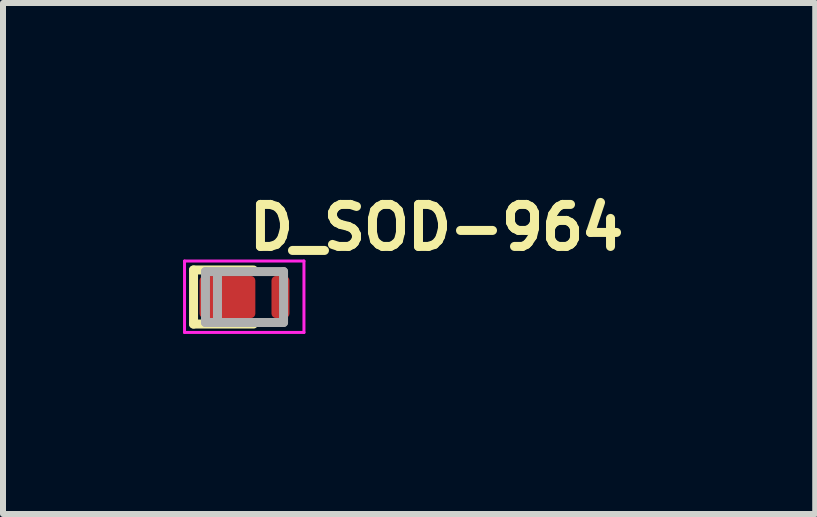
<source format=kicad_pcb>
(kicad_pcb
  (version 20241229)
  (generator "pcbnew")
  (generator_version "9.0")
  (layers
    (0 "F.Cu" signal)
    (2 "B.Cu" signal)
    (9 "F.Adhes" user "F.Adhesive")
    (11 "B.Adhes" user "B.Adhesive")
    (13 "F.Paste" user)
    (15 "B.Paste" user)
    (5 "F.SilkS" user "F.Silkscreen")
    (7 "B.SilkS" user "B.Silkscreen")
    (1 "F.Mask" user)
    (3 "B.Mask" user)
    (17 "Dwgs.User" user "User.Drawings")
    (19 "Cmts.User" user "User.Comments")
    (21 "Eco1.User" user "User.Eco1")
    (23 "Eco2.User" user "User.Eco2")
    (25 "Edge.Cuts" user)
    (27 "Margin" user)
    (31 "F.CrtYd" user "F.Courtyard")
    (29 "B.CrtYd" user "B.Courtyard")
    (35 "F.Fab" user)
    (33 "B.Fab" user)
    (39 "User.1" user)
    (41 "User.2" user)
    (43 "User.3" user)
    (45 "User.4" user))
  (footprint "D_SOD-964"
    (layer "F.Cu")
    (at 1.025 1.9)
    (property "Reference" "D_SOD-964" (at 0 -0.75 0) (layer "F.SilkS") (effects (font (size 0.7 0.7) (thickness 0.15)) (justify left bottom)))
    (attr smd)
    (fp_line (start -0.85 -0.451) (end -0.85 0.45) (stroke (width 0.15) (type solid)) (layer "F.SilkS"))
    (fp_line (start -0.85 -0.451) (end 0.149 -0.451) (stroke (width 0.15) (type solid)) (layer "F.SilkS"))
    (fp_line (start 0.149 0.45) (end -0.85 0.45) (stroke (width 0.15) (type solid)) (layer "F.SilkS"))
    (fp_line (start -1 -0.6) (end 0.99 -0.6) (stroke (width 0.05) (type solid)) (layer "F.CrtYd"))
    (fp_line (start -1 0.59) (end -1 -0.6) (stroke (width 0.05) (type solid)) (layer "F.CrtYd"))
    (fp_line (start 0.99 -0.6) (end 0.99 0.59) (stroke (width 0.05) (type solid)) (layer "F.CrtYd"))
    (fp_line (start 0.99 0.59) (end -1 0.59) (stroke (width 0.05) (type solid)) (layer "F.CrtYd"))
    (fp_line (start -0.651 -0.425) (end 0.65 -0.425) (stroke (width 0.15) (type solid)) (layer "F.Fab"))
    (fp_line (start -0.651 0.424) (end -0.651 -0.425) (stroke (width 0.15) (type solid)) (layer "F.Fab"))
    (fp_line (start -0.651 0.424) (end 0.65 0.424) (stroke (width 0.15) (type solid)) (layer "F.Fab"))
    (fp_line (start -0.451 -0.401) (end -0.451 0.4) (stroke (width 0.15) (type solid)) (layer "F.Fab"))
    (fp_line (start 0.65 -0.425) (end 0.65 0.424) (stroke (width 0.15) (type solid)) (layer "F.Fab"))
    (fp_rect (start -0.801 -0.401) (end 0.8 0.4) (stroke (width 0.1) (type solid)) (fill no) (layer "User.5"))
    (fp_line (start -0.801 -0.401) (end -0.801 0.4) (stroke (width 0.02) (type solid)) (layer "User.9"))
    (fp_line (start -0.801 0.4) (end -0.451 0.4) (stroke (width 0.02) (type solid)) (layer "User.9"))
    (fp_line (start -0.451 -0.401) (end -0.801 -0.401) (stroke (width 0.02) (type solid)) (layer "User.9"))
    (fp_line (start -0.451 0.4) (end -0.451 -0.401) (stroke (width 0.02) (type solid)) (layer "User.9"))
    (fp_line (start -0.451 0.4) (end -0.451 -0.401) (stroke (width 0.02) (type solid)) (layer "User.9"))
    (fp_line (start 0.8 -0.401) (end -0.451 -0.401) (stroke (width 0.02) (type solid)) (layer "User.9"))
    (fp_line (start 0.8 0.4) (end -0.451 0.4) (stroke (width 0.02) (type solid)) (layer "User.9"))
    (fp_line (start 0.8 0.4) (end 0.8 -0.401) (stroke (width 0.02) (type solid)) (layer "User.9"))
    (pad "1" smd roundrect (at -0.285 0) (size 0.93 0.7) (layers "F.Cu" "F.Mask" "F.Paste") (roundrect_rratio 0.107))
    (pad "2" smd roundrect (at 0.599 0) (size 0.3 0.7) (layers "F.Cu" "F.Mask" "F.Paste") (roundrect_rratio 0.25)))
  (gr_rect
    (start -3 -3)
    (end 10.535 5.515)
    (stroke (width 0.1) (type default))
    (fill no)
    (layer "Edge.Cuts")))
</source>
